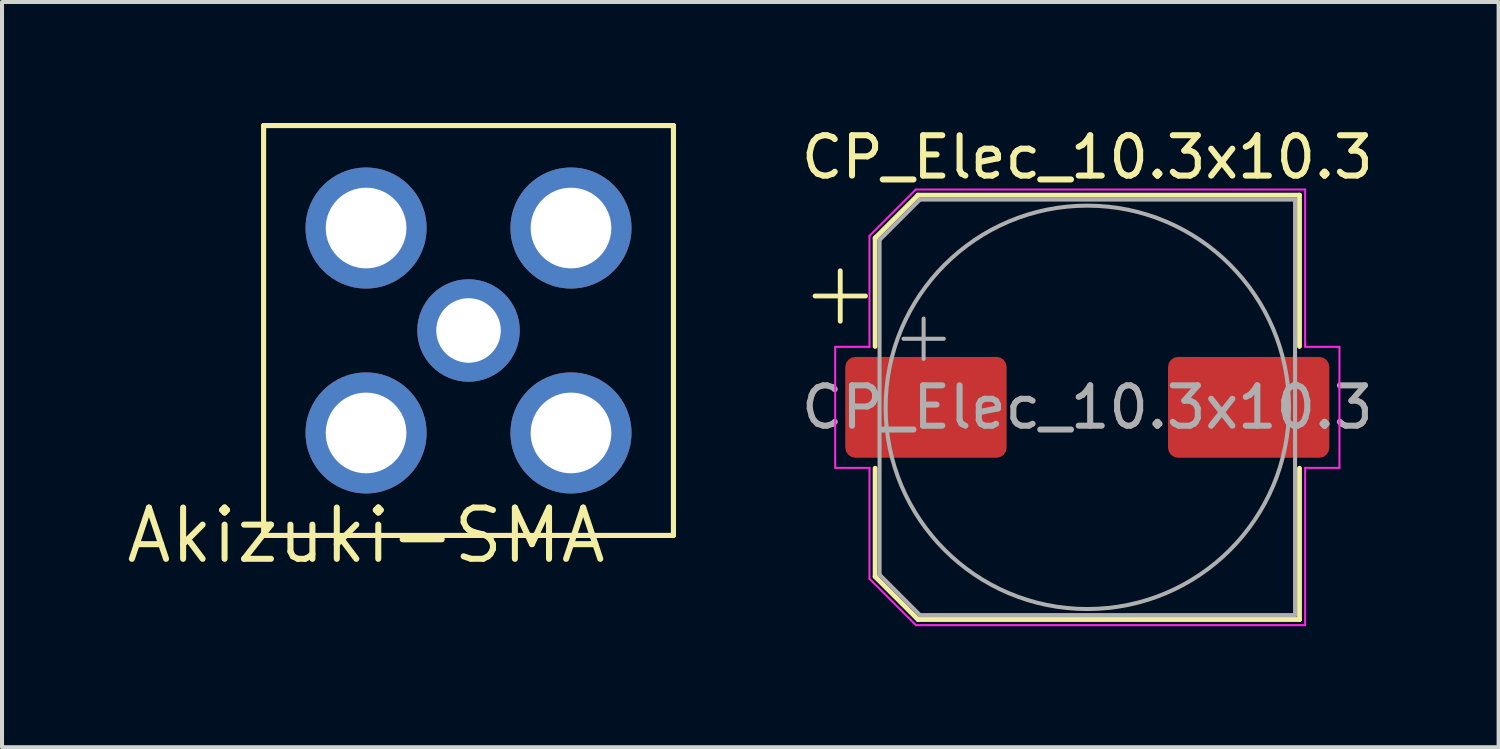
<source format=kicad_pcb>
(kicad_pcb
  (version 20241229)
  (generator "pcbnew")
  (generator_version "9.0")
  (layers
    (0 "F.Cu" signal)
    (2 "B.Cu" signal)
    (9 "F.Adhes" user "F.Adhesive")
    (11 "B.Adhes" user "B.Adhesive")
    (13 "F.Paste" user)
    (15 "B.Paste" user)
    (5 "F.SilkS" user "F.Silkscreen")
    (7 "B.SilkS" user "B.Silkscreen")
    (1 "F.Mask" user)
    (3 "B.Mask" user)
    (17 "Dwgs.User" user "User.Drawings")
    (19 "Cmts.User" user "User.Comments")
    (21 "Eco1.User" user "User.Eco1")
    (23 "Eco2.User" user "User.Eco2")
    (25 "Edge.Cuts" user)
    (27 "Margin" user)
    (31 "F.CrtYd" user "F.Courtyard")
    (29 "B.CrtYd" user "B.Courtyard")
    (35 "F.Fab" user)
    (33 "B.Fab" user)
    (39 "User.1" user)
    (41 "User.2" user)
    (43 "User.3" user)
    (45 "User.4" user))
  (footprint "Akizuki-SMA"
    (layer "F.Cu")
    (at 6.025 10.223)
    (property "Reference" "Akizuki-SMA" (at 0 0 0) (unlocked yes) (layer "F.SilkS") (effects (font (size 1.27 1.27) (thickness 0.15))))
    (fp_line (start -2.54 -10.16) (end 7.62 -10.16) (stroke (width 0.127) (type solid)) (layer "F.SilkS"))
    (fp_line (start -2.54 0) (end -2.54 -10.16) (stroke (width 0.127) (type solid)) (layer "F.SilkS"))
    (fp_line (start 7.62 -10.16) (end 7.62 0) (stroke (width 0.127) (type solid)) (layer "F.SilkS"))
    (fp_line (start 7.62 0) (end -2.54 0) (stroke (width 0.127) (type solid)) (layer "F.SilkS"))
    (pad "1" thru_hole circle (at 0 -7.62 180) (size 3 3) (drill 2) (layers "*.Cu" "*.Mask"))
    (pad "1" thru_hole circle (at 0 -2.54) (size 3 3) (drill 2) (layers "*.Cu" "*.Mask"))
    (pad "1" thru_hole circle (at 5.08 -7.62) (size 3 3) (drill 2) (layers "*.Cu" "*.Mask"))
    (pad "1" thru_hole circle (at 5.08 -2.54) (size 3 3) (drill 2) (layers "*.Cu" "*.Mask"))
    (pad "2" thru_hole circle (at 2.54 -5.08) (size 2.54 2.54) (drill 1.6) (layers "*.Cu" "*.Mask")))
  (footprint "CP_Elec_10.3x10.3"
    (layer "F.Cu")
    (at 23.905 7.048)
    (property "Reference" "CP_Elec_10.3x10.3" (at 0 -6.2 0) (layer "F.SilkS") (effects (font (size 1 1) (thickness 0.15))))
    (attr smd)
    (fp_line (start -6.75 -2.76) (end -5.5 -2.76) (stroke (width 0.12) (type solid)) (layer "F.SilkS"))
    (fp_line (start -6.125 -3.385) (end -6.125 -2.135) (stroke (width 0.12) (type solid)) (layer "F.SilkS"))
    (fp_line (start -5.26 -4.196) (end -5.26 -1.51) (stroke (width 0.12) (type solid)) (layer "F.SilkS"))
    (fp_line (start -5.26 -4.196) (end -4.196 -5.26) (stroke (width 0.12) (type solid)) (layer "F.SilkS"))
    (fp_line (start -5.26 4.196) (end -5.26 1.51) (stroke (width 0.12) (type solid)) (layer "F.SilkS"))
    (fp_line (start -5.26 4.196) (end -4.196 5.26) (stroke (width 0.12) (type solid)) (layer "F.SilkS"))
    (fp_line (start -4.196 -5.26) (end 5.26 -5.26) (stroke (width 0.12) (type solid)) (layer "F.SilkS"))
    (fp_line (start -4.196 5.26) (end 5.26 5.26) (stroke (width 0.12) (type solid)) (layer "F.SilkS"))
    (fp_line (start 5.26 -5.26) (end 5.26 -1.51) (stroke (width 0.12) (type solid)) (layer "F.SilkS"))
    (fp_line (start 5.26 5.26) (end 5.26 1.51) (stroke (width 0.12) (type solid)) (layer "F.SilkS"))
    (fp_line (start -6.25 -1.5) (end -6.25 1.5) (stroke (width 0.05) (type solid)) (layer "F.CrtYd"))
    (fp_line (start -6.25 1.5) (end -5.4 1.5) (stroke (width 0.05) (type solid)) (layer "F.CrtYd"))
    (fp_line (start -5.4 -4.25) (end -5.4 -1.5) (stroke (width 0.05) (type solid)) (layer "F.CrtYd"))
    (fp_line (start -5.4 -4.25) (end -4.25 -5.4) (stroke (width 0.05) (type solid)) (layer "F.CrtYd"))
    (fp_line (start -5.4 -1.5) (end -6.25 -1.5) (stroke (width 0.05) (type solid)) (layer "F.CrtYd"))
    (fp_line (start -5.4 1.5) (end -5.4 4.25) (stroke (width 0.05) (type solid)) (layer "F.CrtYd"))
    (fp_line (start -5.4 4.25) (end -4.25 5.4) (stroke (width 0.05) (type solid)) (layer "F.CrtYd"))
    (fp_line (start -4.25 -5.4) (end 5.4 -5.4) (stroke (width 0.05) (type solid)) (layer "F.CrtYd"))
    (fp_line (start -4.25 5.4) (end 5.4 5.4) (stroke (width 0.05) (type solid)) (layer "F.CrtYd"))
    (fp_line (start 5.4 -5.4) (end 5.4 -1.5) (stroke (width 0.05) (type solid)) (layer "F.CrtYd"))
    (fp_line (start 5.4 -1.5) (end 6.25 -1.5) (stroke (width 0.05) (type solid)) (layer "F.CrtYd"))
    (fp_line (start 5.4 1.5) (end 5.4 5.4) (stroke (width 0.05) (type solid)) (layer "F.CrtYd"))
    (fp_line (start 6.25 -1.5) (end 6.25 1.5) (stroke (width 0.05) (type solid)) (layer "F.CrtYd"))
    (fp_line (start 6.25 1.5) (end 5.4 1.5) (stroke (width 0.05) (type solid)) (layer "F.CrtYd"))
    (fp_line (start -5.15 -4.15) (end -5.15 4.15) (stroke (width 0.1) (type solid)) (layer "F.Fab"))
    (fp_line (start -5.15 -4.15) (end -4.15 -5.15) (stroke (width 0.1) (type solid)) (layer "F.Fab"))
    (fp_line (start -5.15 4.15) (end -4.15 5.15) (stroke (width 0.1) (type solid)) (layer "F.Fab"))
    (fp_line (start -4.558 -1.7) (end -3.558 -1.7) (stroke (width 0.1) (type solid)) (layer "F.Fab"))
    (fp_line (start -4.15 -5.15) (end 5.15 -5.15) (stroke (width 0.1) (type solid)) (layer "F.Fab"))
    (fp_line (start -4.15 5.15) (end 5.15 5.15) (stroke (width 0.1) (type solid)) (layer "F.Fab"))
    (fp_line (start -4.058 -2.2) (end -4.058 -1.2) (stroke (width 0.1) (type solid)) (layer "F.Fab"))
    (fp_line (start 5.15 -5.15) (end 5.15 5.15) (stroke (width 0.1) (type solid)) (layer "F.Fab"))
    (fp_circle (center 0 0) (end 5 0) (stroke (width 0.1) (type solid)) (fill no) (layer "F.Fab"))
    (fp_text user "${REFERENCE}" (at 0 0 0) (layer "F.Fab") (effects (font (size 1 1) (thickness 0.15))))
    (pad "1" smd roundrect (at -4 0) (size 4 2.5) (layers "F.Cu" "F.Mask" "F.Paste") (roundrect_rratio 0.1))
    (pad "2" smd roundrect (at 4 0) (size 4 2.5) (layers "F.Cu" "F.Mask" "F.Paste") (roundrect_rratio 0.1)))
  (gr_rect
    (start -3 -3)
    (end 34.101 15.473)
    (stroke (width 0.1) (type default))
    (fill no)
    (layer "Edge.Cuts")))
</source>
